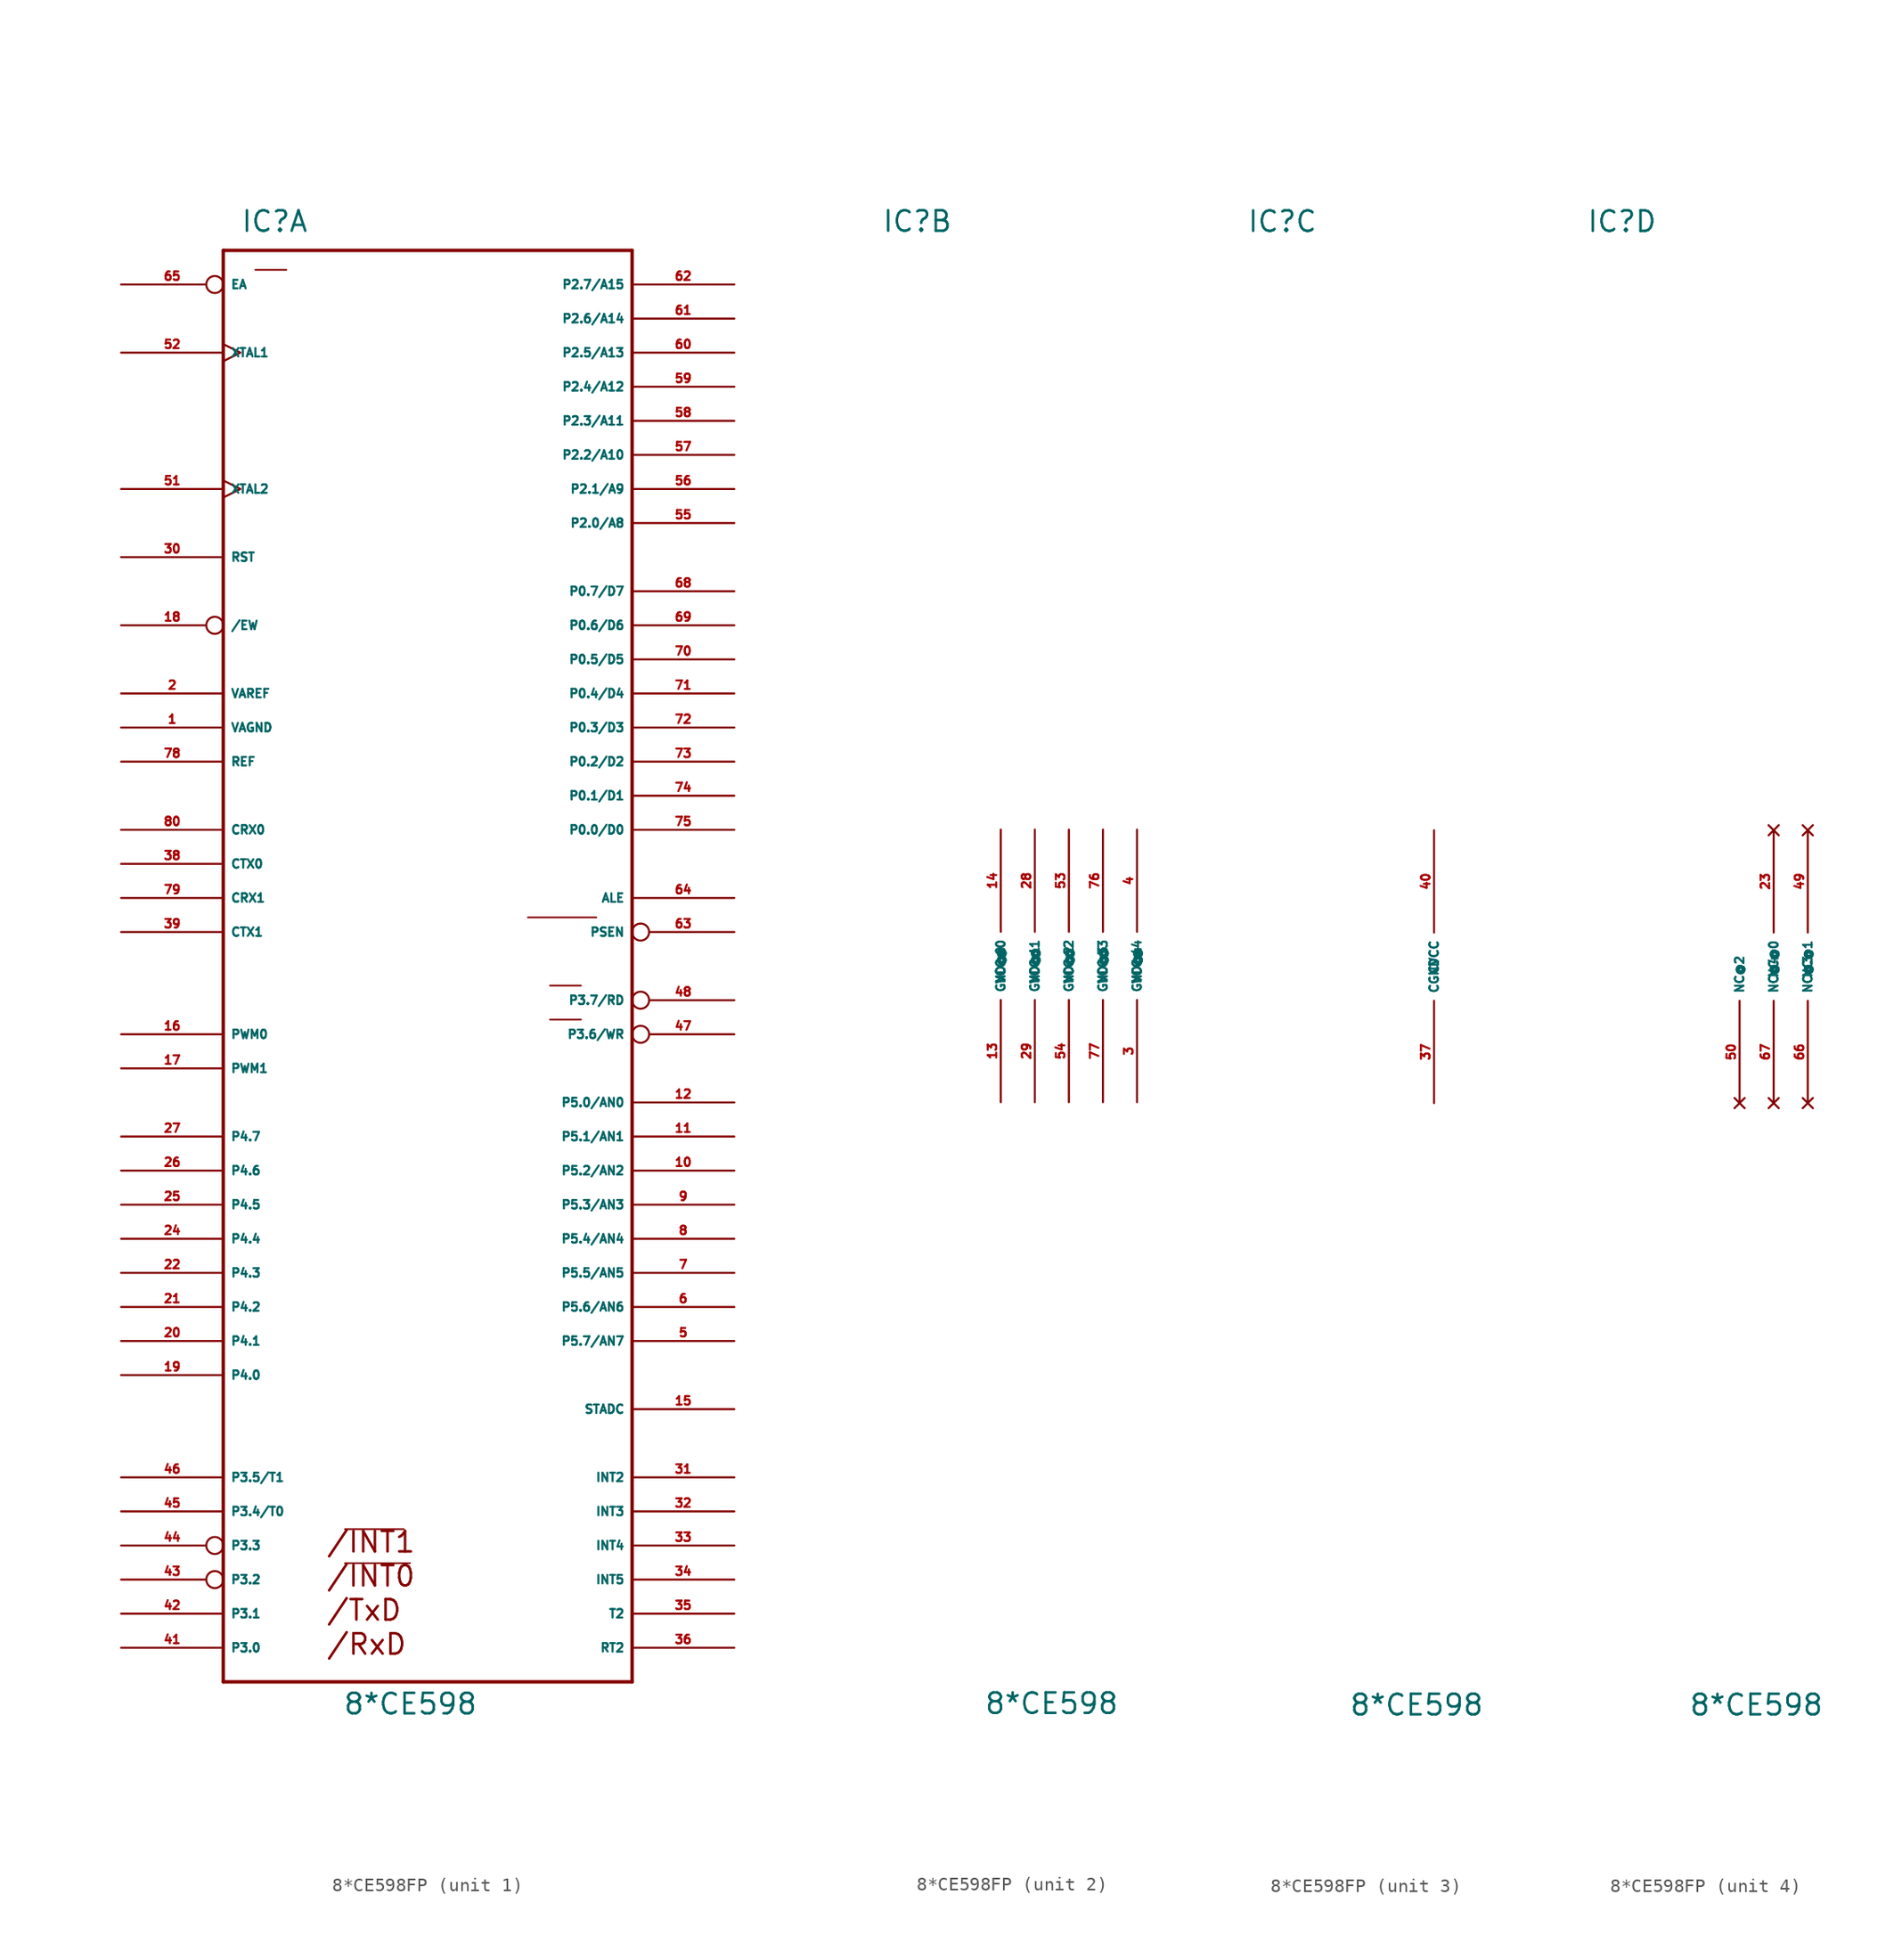
<source format=kicad_sym>
(kicad_symbol_lib
  (version 20220914)
  (generator Eagle2Kicad)
  (symbol "8*CE598FP"
    (property "Reference" "IC"
      (at -13.97 54.61 0)
      (effects (font (size 1.524 1.524) (thickness 0.19)) (justify left bottom)))
    (property "Value" "8*CE598"
      (at -6.35 -55.88 0)
      (effects (font (size 1.524 1.524) (thickness 0.19)) (justify left bottom)))
    (symbol "8*CE598FP_1_0"
      (polyline (pts (xy -6.172 -41.961) (xy -1.778 -41.961)) (stroke (width 0.127) (type default)) (fill (type none)))
      (polyline (pts (xy -6.172 -44.501) (xy -1.321 -44.501)) (stroke (width 0.127) (type default)) (fill (type none)))
      (polyline (pts (xy 9.119 -1.448) (xy 11.43 -1.448)) (stroke (width 0.127) (type default)) (fill (type none)))
      (polyline (pts (xy 9.119 -3.988) (xy 11.43 -3.988)) (stroke (width 0.127) (type default)) (fill (type none)))
      (polyline (pts (xy 7.468 3.632) (xy 12.573 3.632)) (stroke (width 0.127) (type default)) (fill (type none)))
      (polyline (pts (xy -12.852 51.892) (xy -10.541 51.892)) (stroke (width 0.127) (type default)) (fill (type none)))
      (polyline (pts (xy -15.24 -53.34) (xy 15.24 -53.34)) (stroke (width 0.254) (type default)) (fill (type none)))
      (polyline (pts (xy 15.24 -53.34) (xy 15.24 53.34)) (stroke (width 0.254) (type default)) (fill (type none)))
      (polyline (pts (xy 15.24 53.34) (xy -15.24 53.34)) (stroke (width 0.254) (type default)) (fill (type none)))
      (polyline (pts (xy -15.24 53.34) (xy -15.24 -53.34)) (stroke (width 0.254) (type default)) (fill (type none)))
      (text "/INT1" (at -7.62 -43.815 0) (effects (font (size 1.524 1.524) (thickness 0.19)) (justify left bottom)))
      (text "/INT0" (at -7.62 -46.355 0) (effects (font (size 1.524 1.524) (thickness 0.19)) (justify left bottom)))
      (text "/RxD" (at -7.62 -51.435 0) (effects (font (size 1.524 1.524) (thickness 0.19)) (justify left bottom)))
      (text "/TxD" (at -7.62 -48.895 0) (effects (font (size 1.524 1.524) (thickness 0.19)) (justify left bottom)))
      (pin input inverted (at -22.86 50.8 0) (length 7.62) (name "EA" (effects (font (size 0.635 0.635) (thickness 0.08)) (justify left bottom))) (number "65" (effects (font (size 0.635 0.635) (thickness 0.08)) (justify left bottom))))
      (pin bidirectional line (at 22.86 10.16 180) (length 7.62) (name "P0.0/D0" (effects (font (size 0.635 0.635) (thickness 0.08)) (justify left bottom))) (number "75" (effects (font (size 0.635 0.635) (thickness 0.08)) (justify left bottom))))
      (pin bidirectional line (at 22.86 12.7 180) (length 7.62) (name "P0.1/D1" (effects (font (size 0.635 0.635) (thickness 0.08)) (justify left bottom))) (number "74" (effects (font (size 0.635 0.635) (thickness 0.08)) (justify left bottom))))
      (pin bidirectional line (at 22.86 15.24 180) (length 7.62) (name "P0.2/D2" (effects (font (size 0.635 0.635) (thickness 0.08)) (justify left bottom))) (number "73" (effects (font (size 0.635 0.635) (thickness 0.08)) (justify left bottom))))
      (pin bidirectional line (at 22.86 17.78 180) (length 7.62) (name "P0.3/D3" (effects (font (size 0.635 0.635) (thickness 0.08)) (justify left bottom))) (number "72" (effects (font (size 0.635 0.635) (thickness 0.08)) (justify left bottom))))
      (pin bidirectional line (at 22.86 20.32 180) (length 7.62) (name "P0.4/D4" (effects (font (size 0.635 0.635) (thickness 0.08)) (justify left bottom))) (number "71" (effects (font (size 0.635 0.635) (thickness 0.08)) (justify left bottom))))
      (pin bidirectional line (at 22.86 22.86 180) (length 7.62) (name "P0.5/D5" (effects (font (size 0.635 0.635) (thickness 0.08)) (justify left bottom))) (number "70" (effects (font (size 0.635 0.635) (thickness 0.08)) (justify left bottom))))
      (pin bidirectional line (at 22.86 25.4 180) (length 7.62) (name "P0.6/D6" (effects (font (size 0.635 0.635) (thickness 0.08)) (justify left bottom))) (number "69" (effects (font (size 0.635 0.635) (thickness 0.08)) (justify left bottom))))
      (pin bidirectional line (at 22.86 27.94 180) (length 7.62) (name "P0.7/D7" (effects (font (size 0.635 0.635) (thickness 0.08)) (justify left bottom))) (number "68" (effects (font (size 0.635 0.635) (thickness 0.08)) (justify left bottom))))
      (pin bidirectional line (at 22.86 -10.16 180) (length 7.62) (name "P5.0/AN0" (effects (font (size 0.635 0.635) (thickness 0.08)) (justify left bottom))) (number "12" (effects (font (size 0.635 0.635) (thickness 0.08)) (justify left bottom))))
      (pin bidirectional line (at 22.86 -12.7 180) (length 7.62) (name "P5.1/AN1" (effects (font (size 0.635 0.635) (thickness 0.08)) (justify left bottom))) (number "11" (effects (font (size 0.635 0.635) (thickness 0.08)) (justify left bottom))))
      (pin bidirectional line (at 22.86 -15.24 180) (length 7.62) (name "P5.2/AN2" (effects (font (size 0.635 0.635) (thickness 0.08)) (justify left bottom))) (number "10" (effects (font (size 0.635 0.635) (thickness 0.08)) (justify left bottom))))
      (pin bidirectional line (at 22.86 -17.78 180) (length 7.62) (name "P5.3/AN3" (effects (font (size 0.635 0.635) (thickness 0.08)) (justify left bottom))) (number "9" (effects (font (size 0.635 0.635) (thickness 0.08)) (justify left bottom))))
      (pin bidirectional line (at 22.86 -20.32 180) (length 7.62) (name "P5.4/AN4" (effects (font (size 0.635 0.635) (thickness 0.08)) (justify left bottom))) (number "8" (effects (font (size 0.635 0.635) (thickness 0.08)) (justify left bottom))))
      (pin bidirectional line (at 22.86 -22.86 180) (length 7.62) (name "P5.5/AN5" (effects (font (size 0.635 0.635) (thickness 0.08)) (justify left bottom))) (number "7" (effects (font (size 0.635 0.635) (thickness 0.08)) (justify left bottom))))
      (pin bidirectional line (at 22.86 -25.4 180) (length 7.62) (name "P5.6/AN6" (effects (font (size 0.635 0.635) (thickness 0.08)) (justify left bottom))) (number "6" (effects (font (size 0.635 0.635) (thickness 0.08)) (justify left bottom))))
      (pin bidirectional line (at 22.86 -27.94 180) (length 7.62) (name "P5.7/AN7" (effects (font (size 0.635 0.635) (thickness 0.08)) (justify left bottom))) (number "5" (effects (font (size 0.635 0.635) (thickness 0.08)) (justify left bottom))))
      (pin input clock (at -22.86 45.72 0) (length 7.62) (name "XTAL1" (effects (font (size 0.635 0.635) (thickness 0.08)) (justify left bottom))) (number "52" (effects (font (size 0.635 0.635) (thickness 0.08)) (justify left bottom))))
      (pin input clock (at -22.86 35.56 0) (length 7.62) (name "XTAL2" (effects (font (size 0.635 0.635) (thickness 0.08)) (justify left bottom))) (number "51" (effects (font (size 0.635 0.635) (thickness 0.08)) (justify left bottom))))
      (pin input line (at -22.86 30.48 0) (length 7.62) (name "RST" (effects (font (size 0.635 0.635) (thickness 0.08)) (justify left bottom))) (number "30" (effects (font (size 0.635 0.635) (thickness 0.08)) (justify left bottom))))
      (pin output line (at 22.86 5.08 180) (length 7.62) (name "ALE" (effects (font (size 0.635 0.635) (thickness 0.08)) (justify left bottom))) (number "64" (effects (font (size 0.635 0.635) (thickness 0.08)) (justify left bottom))))
      (pin output inverted (at 22.86 2.54 180) (length 7.62) (name "PSEN" (effects (font (size 0.635 0.635) (thickness 0.08)) (justify left bottom))) (number "63" (effects (font (size 0.635 0.635) (thickness 0.08)) (justify left bottom))))
      (pin bidirectional line (at -22.86 20.32 0) (length 7.62) (name "VAREF" (effects (font (size 0.635 0.635) (thickness 0.08)) (justify left bottom))) (number "2" (effects (font (size 0.635 0.635) (thickness 0.08)) (justify left bottom))))
      (pin bidirectional line (at -22.86 17.78 0) (length 7.62) (name "VAGND" (effects (font (size 0.635 0.635) (thickness 0.08)) (justify left bottom))) (number "1" (effects (font (size 0.635 0.635) (thickness 0.08)) (justify left bottom))))
      (pin bidirectional line (at -22.86 -22.86 0) (length 7.62) (name "P4.3" (effects (font (size 0.635 0.635) (thickness 0.08)) (justify left bottom))) (number "22" (effects (font (size 0.635 0.635) (thickness 0.08)) (justify left bottom))))
      (pin bidirectional line (at 22.86 33.02 180) (length 7.62) (name "P2.0/A8" (effects (font (size 0.635 0.635) (thickness 0.08)) (justify left bottom))) (number "55" (effects (font (size 0.635 0.635) (thickness 0.08)) (justify left bottom))))
      (pin bidirectional line (at -22.86 -25.4 0) (length 7.62) (name "P4.2" (effects (font (size 0.635 0.635) (thickness 0.08)) (justify left bottom))) (number "21" (effects (font (size 0.635 0.635) (thickness 0.08)) (justify left bottom))))
      (pin bidirectional line (at -22.86 -27.94 0) (length 7.62) (name "P4.1" (effects (font (size 0.635 0.635) (thickness 0.08)) (justify left bottom))) (number "20" (effects (font (size 0.635 0.635) (thickness 0.08)) (justify left bottom))))
      (pin bidirectional line (at -22.86 -30.48 0) (length 7.62) (name "P4.0" (effects (font (size 0.635 0.635) (thickness 0.08)) (justify left bottom))) (number "19" (effects (font (size 0.635 0.635) (thickness 0.08)) (justify left bottom))))
      (pin bidirectional line (at 22.86 35.56 180) (length 7.62) (name "P2.1/A9" (effects (font (size 0.635 0.635) (thickness 0.08)) (justify left bottom))) (number "56" (effects (font (size 0.635 0.635) (thickness 0.08)) (justify left bottom))))
      (pin bidirectional line (at 22.86 38.1 180) (length 7.62) (name "P2.2/A10" (effects (font (size 0.635 0.635) (thickness 0.08)) (justify left bottom))) (number "57" (effects (font (size 0.635 0.635) (thickness 0.08)) (justify left bottom))))
      (pin bidirectional line (at 22.86 40.64 180) (length 7.62) (name "P2.3/A11" (effects (font (size 0.635 0.635) (thickness 0.08)) (justify left bottom))) (number "58" (effects (font (size 0.635 0.635) (thickness 0.08)) (justify left bottom))))
      (pin bidirectional line (at 22.86 43.18 180) (length 7.62) (name "P2.4/A12" (effects (font (size 0.635 0.635) (thickness 0.08)) (justify left bottom))) (number "59" (effects (font (size 0.635 0.635) (thickness 0.08)) (justify left bottom))))
      (pin bidirectional line (at 22.86 45.72 180) (length 7.62) (name "P2.5/A13" (effects (font (size 0.635 0.635) (thickness 0.08)) (justify left bottom))) (number "60" (effects (font (size 0.635 0.635) (thickness 0.08)) (justify left bottom))))
      (pin bidirectional line (at 22.86 48.26 180) (length 7.62) (name "P2.6/A14" (effects (font (size 0.635 0.635) (thickness 0.08)) (justify left bottom))) (number "61" (effects (font (size 0.635 0.635) (thickness 0.08)) (justify left bottom))))
      (pin bidirectional line (at 22.86 50.8 180) (length 7.62) (name "P2.7/A15" (effects (font (size 0.635 0.635) (thickness 0.08)) (justify left bottom))) (number "62" (effects (font (size 0.635 0.635) (thickness 0.08)) (justify left bottom))))
      (pin bidirectional line (at 22.86 -38.1 180) (length 7.62) (name "INT2" (effects (font (size 0.635 0.635) (thickness 0.08)) (justify left bottom))) (number "31" (effects (font (size 0.635 0.635) (thickness 0.08)) (justify left bottom))))
      (pin bidirectional line (at 22.86 -40.64 180) (length 7.62) (name "INT3" (effects (font (size 0.635 0.635) (thickness 0.08)) (justify left bottom))) (number "32" (effects (font (size 0.635 0.635) (thickness 0.08)) (justify left bottom))))
      (pin bidirectional line (at 22.86 -43.18 180) (length 7.62) (name "INT4" (effects (font (size 0.635 0.635) (thickness 0.08)) (justify left bottom))) (number "33" (effects (font (size 0.635 0.635) (thickness 0.08)) (justify left bottom))))
      (pin bidirectional line (at 22.86 -45.72 180) (length 7.62) (name "INT5" (effects (font (size 0.635 0.635) (thickness 0.08)) (justify left bottom))) (number "34" (effects (font (size 0.635 0.635) (thickness 0.08)) (justify left bottom))))
      (pin bidirectional line (at 22.86 -48.26 180) (length 7.62) (name "T2" (effects (font (size 0.635 0.635) (thickness 0.08)) (justify left bottom))) (number "35" (effects (font (size 0.635 0.635) (thickness 0.08)) (justify left bottom))))
      (pin bidirectional line (at 22.86 -50.8 180) (length 7.62) (name "RT2" (effects (font (size 0.635 0.635) (thickness 0.08)) (justify left bottom))) (number "36" (effects (font (size 0.635 0.635) (thickness 0.08)) (justify left bottom))))
      (pin bidirectional line (at -22.86 7.62 0) (length 7.62) (name "CTX0" (effects (font (size 0.635 0.635) (thickness 0.08)) (justify left bottom))) (number "38" (effects (font (size 0.635 0.635) (thickness 0.08)) (justify left bottom))))
      (pin bidirectional line (at -22.86 2.54 0) (length 7.62) (name "CTX1" (effects (font (size 0.635 0.635) (thickness 0.08)) (justify left bottom))) (number "39" (effects (font (size 0.635 0.635) (thickness 0.08)) (justify left bottom))))
      (pin bidirectional line (at -22.86 -20.32 0) (length 7.62) (name "P4.4" (effects (font (size 0.635 0.635) (thickness 0.08)) (justify left bottom))) (number "24" (effects (font (size 0.635 0.635) (thickness 0.08)) (justify left bottom))))
      (pin bidirectional line (at -22.86 -17.78 0) (length 7.62) (name "P4.5" (effects (font (size 0.635 0.635) (thickness 0.08)) (justify left bottom))) (number "25" (effects (font (size 0.635 0.635) (thickness 0.08)) (justify left bottom))))
      (pin bidirectional line (at -22.86 -15.24 0) (length 7.62) (name "P4.6" (effects (font (size 0.635 0.635) (thickness 0.08)) (justify left bottom))) (number "26" (effects (font (size 0.635 0.635) (thickness 0.08)) (justify left bottom))))
      (pin bidirectional line (at -22.86 -12.7 0) (length 7.62) (name "P4.7" (effects (font (size 0.635 0.635) (thickness 0.08)) (justify left bottom))) (number "27" (effects (font (size 0.635 0.635) (thickness 0.08)) (justify left bottom))))
      (pin bidirectional line (at -22.86 -50.8 0) (length 7.62) (name "P3.0" (effects (font (size 0.635 0.635) (thickness 0.08)) (justify left bottom))) (number "41" (effects (font (size 0.635 0.635) (thickness 0.08)) (justify left bottom))))
      (pin bidirectional line (at -22.86 -48.26 0) (length 7.62) (name "P3.1" (effects (font (size 0.635 0.635) (thickness 0.08)) (justify left bottom))) (number "42" (effects (font (size 0.635 0.635) (thickness 0.08)) (justify left bottom))))
      (pin bidirectional inverted (at -22.86 -45.72 0) (length 7.62) (name "P3.2" (effects (font (size 0.635 0.635) (thickness 0.08)) (justify left bottom))) (number "43" (effects (font (size 0.635 0.635) (thickness 0.08)) (justify left bottom))))
      (pin bidirectional inverted (at -22.86 -43.18 0) (length 7.62) (name "P3.3" (effects (font (size 0.635 0.635) (thickness 0.08)) (justify left bottom))) (number "44" (effects (font (size 0.635 0.635) (thickness 0.08)) (justify left bottom))))
      (pin bidirectional line (at -22.86 -40.64 0) (length 7.62) (name "P3.4/T0" (effects (font (size 0.635 0.635) (thickness 0.08)) (justify left bottom))) (number "45" (effects (font (size 0.635 0.635) (thickness 0.08)) (justify left bottom))))
      (pin bidirectional line (at -22.86 -38.1 0) (length 7.62) (name "P3.5/T1" (effects (font (size 0.635 0.635) (thickness 0.08)) (justify left bottom))) (number "46" (effects (font (size 0.635 0.635) (thickness 0.08)) (justify left bottom))))
      (pin bidirectional inverted (at 22.86 -5.08 180) (length 7.62) (name "P3.6/WR" (effects (font (size 0.635 0.635) (thickness 0.08)) (justify left bottom))) (number "47" (effects (font (size 0.635 0.635) (thickness 0.08)) (justify left bottom))))
      (pin bidirectional inverted (at 22.86 -2.54 180) (length 7.62) (name "P3.7/RD" (effects (font (size 0.635 0.635) (thickness 0.08)) (justify left bottom))) (number "48" (effects (font (size 0.635 0.635) (thickness 0.08)) (justify left bottom))))
      (pin bidirectional line (at -22.86 15.24 0) (length 7.62) (name "REF" (effects (font (size 0.635 0.635) (thickness 0.08)) (justify left bottom))) (number "78" (effects (font (size 0.635 0.635) (thickness 0.08)) (justify left bottom))))
      (pin bidirectional line (at -22.86 10.16 0) (length 7.62) (name "CRX0" (effects (font (size 0.635 0.635) (thickness 0.08)) (justify left bottom))) (number "80" (effects (font (size 0.635 0.635) (thickness 0.08)) (justify left bottom))))
      (pin bidirectional line (at -22.86 5.08 0) (length 7.62) (name "CRX1" (effects (font (size 0.635 0.635) (thickness 0.08)) (justify left bottom))) (number "79" (effects (font (size 0.635 0.635) (thickness 0.08)) (justify left bottom))))
      (pin bidirectional line (at 22.86 -33.02 180) (length 7.62) (name "STADC" (effects (font (size 0.635 0.635) (thickness 0.08)) (justify left bottom))) (number "15" (effects (font (size 0.635 0.635) (thickness 0.08)) (justify left bottom))))
      (pin bidirectional line (at -22.86 -5.08 0) (length 7.62) (name "PWM0" (effects (font (size 0.635 0.635) (thickness 0.08)) (justify left bottom))) (number "16" (effects (font (size 0.635 0.635) (thickness 0.08)) (justify left bottom))))
      (pin bidirectional line (at -22.86 -7.62 0) (length 7.62) (name "PWM1" (effects (font (size 0.635 0.635) (thickness 0.08)) (justify left bottom))) (number "17" (effects (font (size 0.635 0.635) (thickness 0.08)) (justify left bottom))))
      (pin bidirectional inverted (at -22.86 25.4 0) (length 7.62) (name "/EW" (effects (font (size 0.635 0.635) (thickness 0.08)) (justify left bottom))) (number "18" (effects (font (size 0.635 0.635) (thickness 0.08)) (justify left bottom)))))
    (symbol "8*CE598FP_2_0"
      (pin unspecified line (at -5.08 10.16 270) (length 7.62) (name "VCC@0" (effects (font (size 0.635 0.635) (thickness 0.08)) (justify left bottom))) (number "14" (effects (font (size 0.635 0.635) (thickness 0.08)) (justify left bottom))))
      (pin unspecified line (at -2.54 10.16 270) (length 7.62) (name "VCC@1" (effects (font (size 0.635 0.635) (thickness 0.08)) (justify left bottom))) (number "28" (effects (font (size 0.635 0.635) (thickness 0.08)) (justify left bottom))))
      (pin unspecified line (at 0 10.16 270) (length 7.62) (name "VCC@2" (effects (font (size 0.635 0.635) (thickness 0.08)) (justify left bottom))) (number "53" (effects (font (size 0.635 0.635) (thickness 0.08)) (justify left bottom))))
      (pin unspecified line (at 2.54 10.16 270) (length 7.62) (name "VCC@3" (effects (font (size 0.635 0.635) (thickness 0.08)) (justify left bottom))) (number "76" (effects (font (size 0.635 0.635) (thickness 0.08)) (justify left bottom))))
      (pin unspecified line (at 5.08 10.16 270) (length 7.62) (name "VCC@4" (effects (font (size 0.635 0.635) (thickness 0.08)) (justify left bottom))) (number "4" (effects (font (size 0.635 0.635) (thickness 0.08)) (justify left bottom))))
      (pin unspecified line (at -5.08 -10.16 90) (length 7.62) (name "GND@0" (effects (font (size 0.635 0.635) (thickness 0.08)) (justify left bottom))) (number "13" (effects (font (size 0.635 0.635) (thickness 0.08)) (justify left bottom))))
      (pin unspecified line (at -2.54 -10.16 90) (length 7.62) (name "GND@1" (effects (font (size 0.635 0.635) (thickness 0.08)) (justify left bottom))) (number "29" (effects (font (size 0.635 0.635) (thickness 0.08)) (justify left bottom))))
      (pin unspecified line (at 0 -10.16 90) (length 7.62) (name "GND@2" (effects (font (size 0.635 0.635) (thickness 0.08)) (justify left bottom))) (number "54" (effects (font (size 0.635 0.635) (thickness 0.08)) (justify left bottom))))
      (pin unspecified line (at 2.54 -10.16 90) (length 7.62) (name "GND@3" (effects (font (size 0.635 0.635) (thickness 0.08)) (justify left bottom))) (number "77" (effects (font (size 0.635 0.635) (thickness 0.08)) (justify left bottom))))
      (pin unspecified line (at 5.08 -10.16 90) (length 7.62) (name "GND@4" (effects (font (size 0.635 0.635) (thickness 0.08)) (justify left bottom))) (number "3" (effects (font (size 0.635 0.635) (thickness 0.08)) (justify left bottom)))))
    (symbol "8*CE598FP_3_0"
      (pin unspecified line (at 0 10.16 270) (length 7.62) (name "CVCC" (effects (font (size 0.635 0.635) (thickness 0.08)) (justify left bottom))) (number "40" (effects (font (size 0.635 0.635) (thickness 0.08)) (justify left bottom))))
      (pin unspecified line (at 0 -10.16 90) (length 7.62) (name "CGND" (effects (font (size 0.635 0.635) (thickness 0.08)) (justify left bottom))) (number "37" (effects (font (size 0.635 0.635) (thickness 0.08)) (justify left bottom)))))
    (symbol "8*CE598FP_4_0"
      (pin no_connect line (at 0 10.16 270) (length 7.62) (name "NC@0" (effects (font (size 0.635 0.635) (thickness 0.08)) (justify left bottom) hide)) (number "23" (effects (font (size 0.635 0.635) (thickness 0.08)) (justify left bottom) hide)))
      (pin no_connect line (at 2.54 10.16 270) (length 7.62) (name "NC@1" (effects (font (size 0.635 0.635) (thickness 0.08)) (justify left bottom) hide)) (number "49" (effects (font (size 0.635 0.635) (thickness 0.08)) (justify left bottom) hide)))
      (pin no_connect line (at -2.54 -10.16 90) (length 7.62) (name "NC@2" (effects (font (size 0.635 0.635) (thickness 0.08)) (justify left bottom) hide)) (number "50" (effects (font (size 0.635 0.635) (thickness 0.08)) (justify left bottom) hide)))
      (pin no_connect line (at 2.54 -10.16 90) (length 7.62) (name "NC@3" (effects (font (size 0.635 0.635) (thickness 0.08)) (justify left bottom) hide)) (number "66" (effects (font (size 0.635 0.635) (thickness 0.08)) (justify left bottom) hide)))
      (pin no_connect line (at 0 -10.16 90) (length 7.62) (name "NC@4" (effects (font (size 0.635 0.635) (thickness 0.08)) (justify left bottom) hide)) (number "67" (effects (font (size 0.635 0.635) (thickness 0.08)) (justify left bottom) hide))))))
</source>
